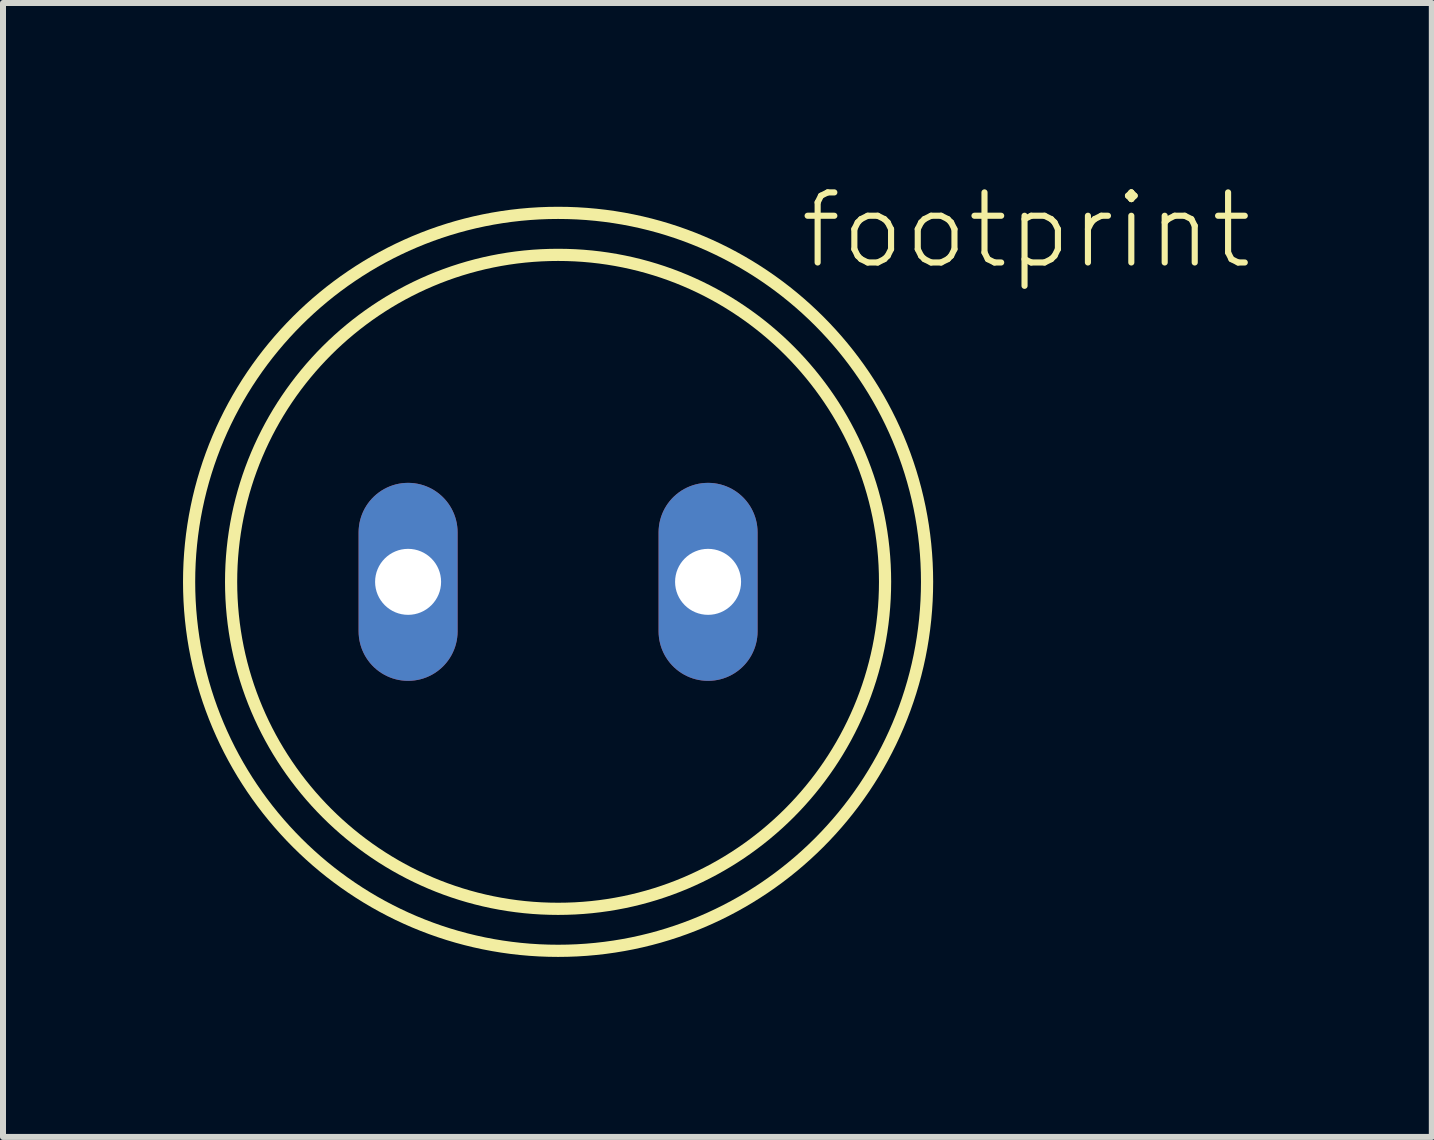
<source format=kicad_pcb>
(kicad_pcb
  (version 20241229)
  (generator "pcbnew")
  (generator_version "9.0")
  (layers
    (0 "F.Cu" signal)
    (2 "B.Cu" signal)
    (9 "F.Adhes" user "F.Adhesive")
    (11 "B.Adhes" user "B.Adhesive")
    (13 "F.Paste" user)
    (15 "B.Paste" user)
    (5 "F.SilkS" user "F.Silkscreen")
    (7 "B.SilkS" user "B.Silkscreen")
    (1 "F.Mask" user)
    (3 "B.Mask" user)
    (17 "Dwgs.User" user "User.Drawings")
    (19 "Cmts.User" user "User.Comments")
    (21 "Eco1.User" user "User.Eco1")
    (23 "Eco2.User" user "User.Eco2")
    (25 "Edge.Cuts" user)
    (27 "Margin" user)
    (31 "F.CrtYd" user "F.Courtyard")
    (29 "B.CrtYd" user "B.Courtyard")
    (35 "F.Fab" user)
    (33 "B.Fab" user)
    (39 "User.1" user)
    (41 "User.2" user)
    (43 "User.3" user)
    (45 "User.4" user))
  (footprint "footprint"
    (layer "F.Cu")
    (at 6.252 6.648)
    (property "Reference" "footprint" (at 3.981 -5.175 0) (layer "F.SilkS") (effects (font (size 1.168 1.168) (thickness 0.102)) (justify left bottom)))
    (fp_circle (center 0 0) (end 5.45 0) (stroke (width 0.203) (type solid)) (fill no) (layer "F.SilkS"))
    (fp_circle (center 0 0) (end 6.15 0) (stroke (width 0.203) (type solid)) (fill no) (layer "F.SilkS"))
    (pad "1" thru_hole oval (at -2.5 0 90) (size 3.3 1.65) (drill 1.1) (layers "*.Cu" "*.Mask"))
    (pad "2" thru_hole oval (at 2.5 0 90) (size 3.3 1.65) (drill 1.1) (layers "*.Cu" "*.Mask")))
  (gr_rect
    (start -3 -3)
    (end 20.815 15.9)
    (stroke (width 0.1) (type default))
    (fill no)
    (layer "Edge.Cuts")))
</source>
